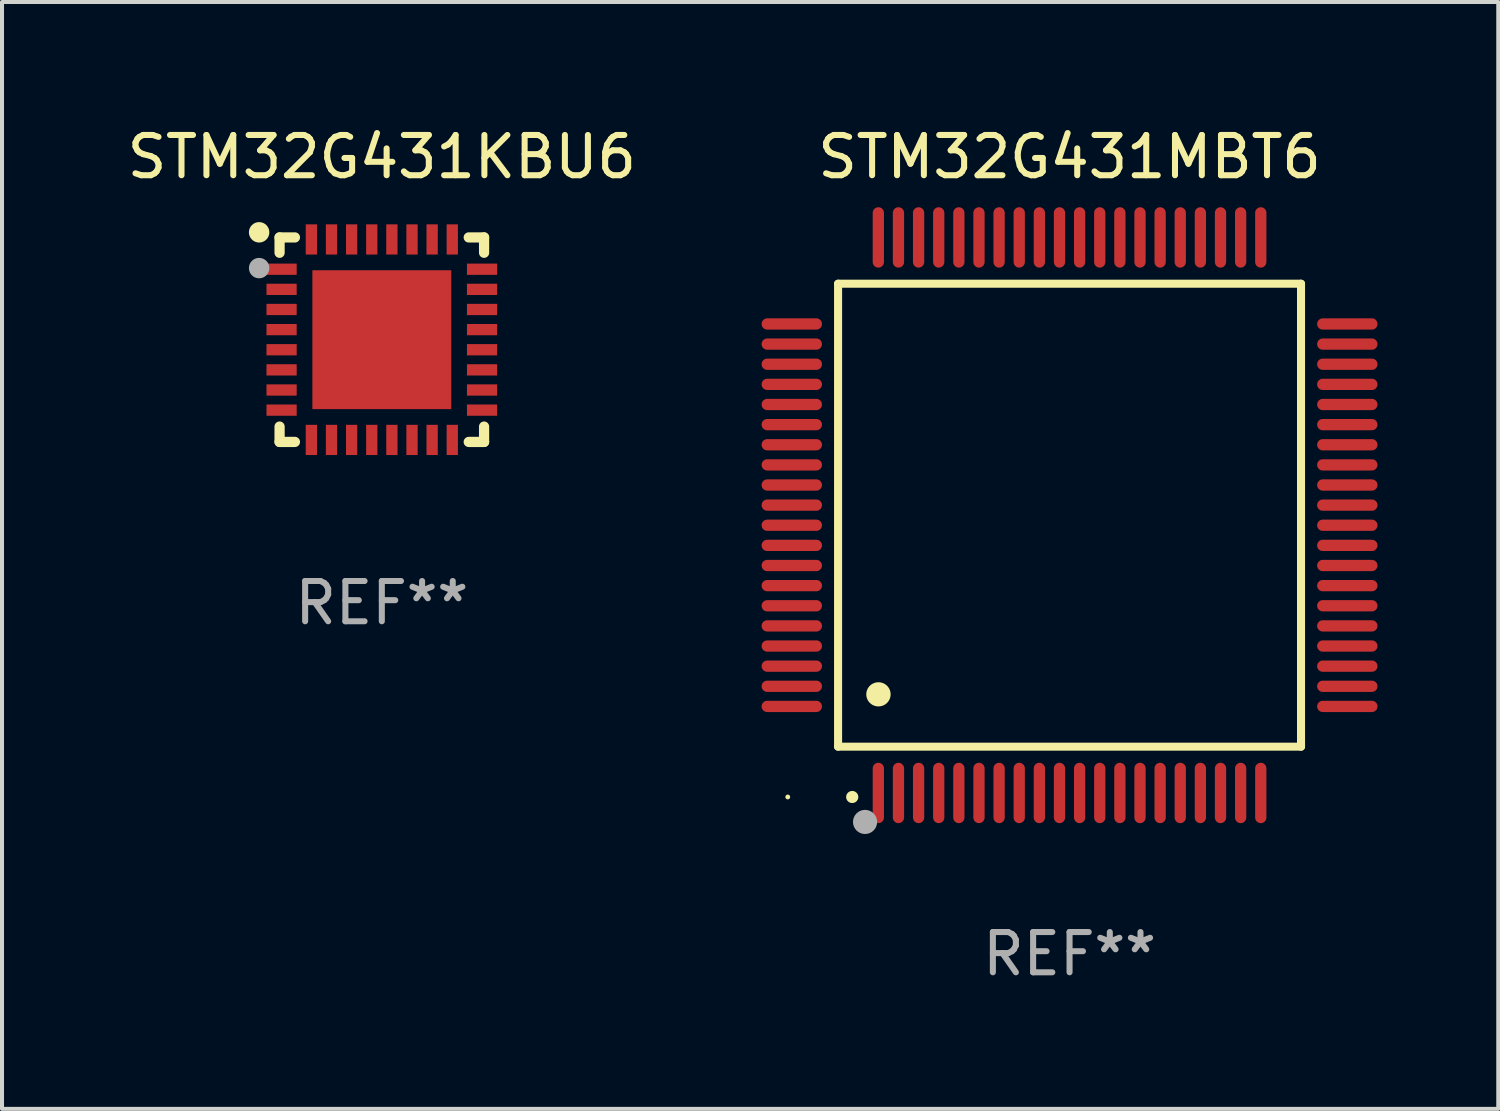
<source format=kicad_pcb>
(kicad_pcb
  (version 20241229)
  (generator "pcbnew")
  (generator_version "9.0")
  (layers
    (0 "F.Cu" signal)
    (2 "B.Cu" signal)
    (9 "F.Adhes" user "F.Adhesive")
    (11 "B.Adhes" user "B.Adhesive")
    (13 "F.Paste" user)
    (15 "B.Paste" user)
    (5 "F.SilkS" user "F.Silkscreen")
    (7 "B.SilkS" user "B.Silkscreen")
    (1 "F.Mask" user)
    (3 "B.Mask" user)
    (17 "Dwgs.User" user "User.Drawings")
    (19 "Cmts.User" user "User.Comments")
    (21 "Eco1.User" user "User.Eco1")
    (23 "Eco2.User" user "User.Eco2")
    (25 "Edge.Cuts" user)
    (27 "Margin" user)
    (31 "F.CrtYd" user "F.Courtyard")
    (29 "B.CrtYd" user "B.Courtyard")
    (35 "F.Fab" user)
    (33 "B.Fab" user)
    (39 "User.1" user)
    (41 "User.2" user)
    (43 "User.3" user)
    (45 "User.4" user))
  (footprint "STM32G431KBU6"
    (layer "F.Cu")
    (at 6.435 5.388)
    (property "Reference" "STM32G431KBU6" (at 0 -4.54 0) (layer "F.SilkS") (effects (font (size 1 1) (thickness 0.15))))
    (attr through_hole)
    (fp_line (start -2.54 -2.54) (end -2.159 -2.54) (stroke (width 0.254) (type solid)) (layer "F.SilkS"))
    (fp_line (start -2.54 -2.159) (end -2.54 -2.54) (stroke (width 0.254) (type solid)) (layer "F.SilkS"))
    (fp_line (start -2.54 2.54) (end -2.54 2.159) (stroke (width 0.254) (type solid)) (layer "F.SilkS"))
    (fp_line (start -2.159 2.54) (end -2.54 2.54) (stroke (width 0.254) (type solid)) (layer "F.SilkS"))
    (fp_line (start 2.159 -2.54) (end 2.54 -2.54) (stroke (width 0.254) (type solid)) (layer "F.SilkS"))
    (fp_line (start 2.54 -2.54) (end 2.54 -2.159) (stroke (width 0.254) (type solid)) (layer "F.SilkS"))
    (fp_line (start 2.54 2.159) (end 2.54 2.54) (stroke (width 0.254) (type solid)) (layer "F.SilkS"))
    (fp_line (start 2.54 2.54) (end 2.159 2.54) (stroke (width 0.254) (type solid)) (layer "F.SilkS"))
    (fp_circle (center -3.048 -2.667) (end -2.921 -2.667) (stroke (width 0.254) (type solid)) (fill no) (layer "F.SilkS"))
    (fp_circle (center -2.5 -2.5) (end -2.47 -2.5) (stroke (width 0.06) (type solid)) (fill no) (layer "F.SilkS"))
    (fp_circle (center -3.048 -1.778) (end -2.921 -1.778) (stroke (width 0.254) (type solid)) (fill no) (layer "F.Fab"))
    (fp_text user "REF**" (at 0 6.54 0) (layer "F.Fab") (effects (font (size 1 1) (thickness 0.15))))
    (pad "1" smd rect (at -2.49 -1.75) (size 0.75 0.28) (layers "F.Cu" "F.Mask" "F.Paste"))
    (pad "2" smd rect (at -2.49 -1.25) (size 0.75 0.28) (layers "F.Cu" "F.Mask" "F.Paste"))
    (pad "3" smd rect (at -2.49 -0.75) (size 0.75 0.28) (layers "F.Cu" "F.Mask" "F.Paste"))
    (pad "4" smd rect (at -2.49 -0.25) (size 0.75 0.28) (layers "F.Cu" "F.Mask" "F.Paste"))
    (pad "5" smd rect (at -2.49 0.25) (size 0.75 0.28) (layers "F.Cu" "F.Mask" "F.Paste"))
    (pad "6" smd rect (at -2.49 0.75) (size 0.75 0.28) (layers "F.Cu" "F.Mask" "F.Paste"))
    (pad "7" smd rect (at -2.49 1.25) (size 0.75 0.28) (layers "F.Cu" "F.Mask" "F.Paste"))
    (pad "8" smd rect (at -2.49 1.75) (size 0.75 0.28) (layers "F.Cu" "F.Mask" "F.Paste"))
    (pad "9" smd rect (at -1.75 2.49) (size 0.28 0.75) (layers "F.Cu" "F.Mask" "F.Paste"))
    (pad "10" smd rect (at -1.25 2.49) (size 0.28 0.75) (layers "F.Cu" "F.Mask" "F.Paste"))
    (pad "11" smd rect (at -0.75 2.49) (size 0.28 0.75) (layers "F.Cu" "F.Mask" "F.Paste"))
    (pad "12" smd rect (at -0.25 2.49) (size 0.28 0.75) (layers "F.Cu" "F.Mask" "F.Paste"))
    (pad "13" smd rect (at 0.25 2.49) (size 0.28 0.75) (layers "F.Cu" "F.Mask" "F.Paste"))
    (pad "14" smd rect (at 0.75 2.49) (size 0.28 0.75) (layers "F.Cu" "F.Mask" "F.Paste"))
    (pad "15" smd rect (at 1.25 2.49) (size 0.28 0.75) (layers "F.Cu" "F.Mask" "F.Paste"))
    (pad "16" smd rect (at 1.75 2.49) (size 0.28 0.75) (layers "F.Cu" "F.Mask" "F.Paste"))
    (pad "17" smd rect (at 2.49 1.75) (size 0.75 0.28) (layers "F.Cu" "F.Mask" "F.Paste"))
    (pad "18" smd rect (at 2.49 1.25) (size 0.75 0.28) (layers "F.Cu" "F.Mask" "F.Paste"))
    (pad "19" smd rect (at 2.49 0.75) (size 0.75 0.28) (layers "F.Cu" "F.Mask" "F.Paste"))
    (pad "20" smd rect (at 2.49 0.25) (size 0.75 0.28) (layers "F.Cu" "F.Mask" "F.Paste"))
    (pad "21" smd rect (at 2.49 -0.25) (size 0.75 0.28) (layers "F.Cu" "F.Mask" "F.Paste"))
    (pad "22" smd rect (at 2.49 -0.75) (size 0.75 0.28) (layers "F.Cu" "F.Mask" "F.Paste"))
    (pad "23" smd rect (at 2.49 -1.25) (size 0.75 0.28) (layers "F.Cu" "F.Mask" "F.Paste"))
    (pad "24" smd rect (at 2.49 -1.75) (size 0.75 0.28) (layers "F.Cu" "F.Mask" "F.Paste"))
    (pad "25" smd rect (at 1.75 -2.49) (size 0.28 0.75) (layers "F.Cu" "F.Mask" "F.Paste"))
    (pad "26" smd rect (at 1.25 -2.49) (size 0.28 0.75) (layers "F.Cu" "F.Mask" "F.Paste"))
    (pad "27" smd rect (at 0.75 -2.49) (size 0.28 0.75) (layers "F.Cu" "F.Mask" "F.Paste"))
    (pad "28" smd rect (at 0.25 -2.49) (size 0.28 0.75) (layers "F.Cu" "F.Mask" "F.Paste"))
    (pad "29" smd rect (at -0.25 -2.49) (size 0.28 0.75) (layers "F.Cu" "F.Mask" "F.Paste"))
    (pad "30" smd rect (at -0.75 -2.49) (size 0.28 0.75) (layers "F.Cu" "F.Mask" "F.Paste"))
    (pad "31" smd rect (at -1.25 -2.49) (size 0.28 0.75) (layers "F.Cu" "F.Mask" "F.Paste"))
    (pad "32" smd rect (at -1.75 -2.49) (size 0.28 0.75) (layers "F.Cu" "F.Mask" "F.Paste"))
    (pad "33" smd rect (at 0 0) (size 3.45 3.45) (layers "F.Cu" "F.Mask" "F.Paste")))
  (footprint "STM32G431MBT6"
    (layer "F.Cu")
    (at 23.519 9.748)
    (property "Reference" "STM32G431MBT6" (at 0 -8.9 0) (layer "F.SilkS") (effects (font (size 1 1) (thickness 0.15))))
    (attr through_hole)
    (fp_line (start -5.75 -5.75) (end 5.75 -5.75) (stroke (width 0.2) (type solid)) (layer "F.SilkS"))
    (fp_line (start -5.75 5.75) (end -5.75 -5.75) (stroke (width 0.2) (type solid)) (layer "F.SilkS"))
    (fp_line (start 5.75 -5.75) (end 5.75 5.75) (stroke (width 0.2) (type solid)) (layer "F.SilkS"))
    (fp_line (start 5.75 5.75) (end -5.75 5.75) (stroke (width 0.2) (type solid)) (layer "F.SilkS"))
    (fp_arc (start -5.400051 7.000254) (mid -5.398781 7.000249) (end -5.397511 7.000254) (stroke (width 0.3) (type solid)) (layer "F.SilkS"))
    (fp_arc (start -4.749809 4.450089) (mid -4.747269 4.450078) (end -4.744729 4.450089) (stroke (width 0.6) (type solid)) (layer "F.SilkS"))
    (fp_circle (center -7 7) (end -6.97 7) (stroke (width 0.06) (type solid)) (fill no) (layer "F.SilkS"))
    (fp_circle (center -5.08 7.62) (end -4.93 7.62) (stroke (width 0.3) (type solid)) (fill no) (layer "F.Fab"))
    (fp_text user "REF**" (at 0 10.9 0) (layer "F.Fab") (effects (font (size 1 1) (thickness 0.15))))
    (pad "1" smd oval (at -4.75 6.9 180) (size 0.28 1.5) (layers "F.Cu" "F.Mask" "F.Paste"))
    (pad "2" smd oval (at -4.25 6.9 180) (size 0.28 1.5) (layers "F.Cu" "F.Mask" "F.Paste"))
    (pad "3" smd oval (at -3.75 6.9 180) (size 0.28 1.5) (layers "F.Cu" "F.Mask" "F.Paste"))
    (pad "4" smd oval (at -3.25 6.9 180) (size 0.28 1.5) (layers "F.Cu" "F.Mask" "F.Paste"))
    (pad "5" smd oval (at -2.75 6.9 180) (size 0.28 1.5) (layers "F.Cu" "F.Mask" "F.Paste"))
    (pad "6" smd oval (at -2.25 6.9 180) (size 0.28 1.5) (layers "F.Cu" "F.Mask" "F.Paste"))
    (pad "7" smd oval (at -1.75 6.9 180) (size 0.28 1.5) (layers "F.Cu" "F.Mask" "F.Paste"))
    (pad "8" smd oval (at -1.25 6.9 180) (size 0.28 1.5) (layers "F.Cu" "F.Mask" "F.Paste"))
    (pad "9" smd oval (at -0.75 6.9 180) (size 0.28 1.5) (layers "F.Cu" "F.Mask" "F.Paste"))
    (pad "10" smd oval (at -0.25 6.9 180) (size 0.28 1.5) (layers "F.Cu" "F.Mask" "F.Paste"))
    (pad "11" smd oval (at 0.25 6.9 180) (size 0.28 1.5) (layers "F.Cu" "F.Mask" "F.Paste"))
    (pad "12" smd oval (at 0.75 6.9 180) (size 0.28 1.5) (layers "F.Cu" "F.Mask" "F.Paste"))
    (pad "13" smd oval (at 1.25 6.9 180) (size 0.28 1.5) (layers "F.Cu" "F.Mask" "F.Paste"))
    (pad "14" smd oval (at 1.75 6.9 180) (size 0.28 1.5) (layers "F.Cu" "F.Mask" "F.Paste"))
    (pad "15" smd oval (at 2.25 6.9 180) (size 0.28 1.5) (layers "F.Cu" "F.Mask" "F.Paste"))
    (pad "16" smd oval (at 2.75 6.9 180) (size 0.28 1.5) (layers "F.Cu" "F.Mask" "F.Paste"))
    (pad "17" smd oval (at 3.25 6.9 180) (size 0.28 1.5) (layers "F.Cu" "F.Mask" "F.Paste"))
    (pad "18" smd oval (at 3.75 6.9 180) (size 0.28 1.5) (layers "F.Cu" "F.Mask" "F.Paste"))
    (pad "19" smd oval (at 4.25 6.9 180) (size 0.28 1.5) (layers "F.Cu" "F.Mask" "F.Paste"))
    (pad "20" smd oval (at 4.75 6.9) (size 0.28 1.5) (layers "F.Cu" "F.Mask" "F.Paste"))
    (pad "21" smd oval (at 6.9 4.75 270) (size 0.28 1.5) (layers "F.Cu" "F.Mask" "F.Paste"))
    (pad "22" smd oval (at 6.9 4.25 90) (size 0.28 1.5) (layers "F.Cu" "F.Mask" "F.Paste"))
    (pad "23" smd oval (at 6.9 3.75 90) (size 0.28 1.5) (layers "F.Cu" "F.Mask" "F.Paste"))
    (pad "24" smd oval (at 6.9 3.25 90) (size 0.28 1.5) (layers "F.Cu" "F.Mask" "F.Paste"))
    (pad "25" smd oval (at 6.9 2.75 90) (size 0.28 1.5) (layers "F.Cu" "F.Mask" "F.Paste"))
    (pad "26" smd oval (at 6.9 2.25 90) (size 0.28 1.5) (layers "F.Cu" "F.Mask" "F.Paste"))
    (pad "27" smd oval (at 6.9 1.75 90) (size 0.28 1.5) (layers "F.Cu" "F.Mask" "F.Paste"))
    (pad "28" smd oval (at 6.9 1.25 90) (size 0.28 1.5) (layers "F.Cu" "F.Mask" "F.Paste"))
    (pad "29" smd oval (at 6.9 0.75 90) (size 0.28 1.5) (layers "F.Cu" "F.Mask" "F.Paste"))
    (pad "30" smd oval (at 6.9 0.25 90) (size 0.28 1.5) (layers "F.Cu" "F.Mask" "F.Paste"))
    (pad "31" smd oval (at 6.9 -0.25 90) (size 0.28 1.5) (layers "F.Cu" "F.Mask" "F.Paste"))
    (pad "32" smd oval (at 6.9 -0.75 90) (size 0.28 1.5) (layers "F.Cu" "F.Mask" "F.Paste"))
    (pad "33" smd oval (at 6.9 -1.25 90) (size 0.28 1.5) (layers "F.Cu" "F.Mask" "F.Paste"))
    (pad "34" smd oval (at 6.9 -1.75 90) (size 0.28 1.5) (layers "F.Cu" "F.Mask" "F.Paste"))
    (pad "35" smd oval (at 6.9 -2.25 90) (size 0.28 1.5) (layers "F.Cu" "F.Mask" "F.Paste"))
    (pad "36" smd oval (at 6.9 -2.75 90) (size 0.28 1.5) (layers "F.Cu" "F.Mask" "F.Paste"))
    (pad "37" smd oval (at 6.9 -3.25 90) (size 0.28 1.5) (layers "F.Cu" "F.Mask" "F.Paste"))
    (pad "38" smd oval (at 6.9 -3.75 90) (size 0.28 1.5) (layers "F.Cu" "F.Mask" "F.Paste"))
    (pad "39" smd oval (at 6.9 -4.25 90) (size 0.28 1.5) (layers "F.Cu" "F.Mask" "F.Paste"))
    (pad "40" smd oval (at 6.9 -4.75 90) (size 0.28 1.5) (layers "F.Cu" "F.Mask" "F.Paste"))
    (pad "41" smd oval (at 4.75 -6.9) (size 0.28 1.5) (layers "F.Cu" "F.Mask" "F.Paste"))
    (pad "42" smd oval (at 4.25 -6.9 180) (size 0.28 1.5) (layers "F.Cu" "F.Mask" "F.Paste"))
    (pad "43" smd oval (at 3.75 -6.9 180) (size 0.28 1.5) (layers "F.Cu" "F.Mask" "F.Paste"))
    (pad "44" smd oval (at 3.25 -6.9 180) (size 0.28 1.5) (layers "F.Cu" "F.Mask" "F.Paste"))
    (pad "45" smd oval (at 2.75 -6.9 180) (size 0.28 1.5) (layers "F.Cu" "F.Mask" "F.Paste"))
    (pad "46" smd oval (at 2.25 -6.9 180) (size 0.28 1.5) (layers "F.Cu" "F.Mask" "F.Paste"))
    (pad "47" smd oval (at 1.75 -6.9 180) (size 0.28 1.5) (layers "F.Cu" "F.Mask" "F.Paste"))
    (pad "48" smd oval (at 1.25 -6.9 180) (size 0.28 1.5) (layers "F.Cu" "F.Mask" "F.Paste"))
    (pad "49" smd oval (at 0.75 -6.9 180) (size 0.28 1.5) (layers "F.Cu" "F.Mask" "F.Paste"))
    (pad "50" smd oval (at 0.25 -6.9 180) (size 0.28 1.5) (layers "F.Cu" "F.Mask" "F.Paste"))
    (pad "51" smd oval (at -0.25 -6.9 180) (size 0.28 1.5) (layers "F.Cu" "F.Mask" "F.Paste"))
    (pad "52" smd oval (at -0.75 -6.9 180) (size 0.28 1.5) (layers "F.Cu" "F.Mask" "F.Paste"))
    (pad "53" smd oval (at -1.25 -6.9 180) (size 0.28 1.5) (layers "F.Cu" "F.Mask" "F.Paste"))
    (pad "54" smd oval (at -1.75 -6.9 180) (size 0.28 1.5) (layers "F.Cu" "F.Mask" "F.Paste"))
    (pad "55" smd oval (at -2.25 -6.9 180) (size 0.28 1.5) (layers "F.Cu" "F.Mask" "F.Paste"))
    (pad "56" smd oval (at -2.75 -6.9 180) (size 0.28 1.5) (layers "F.Cu" "F.Mask" "F.Paste"))
    (pad "57" smd oval (at -3.25 -6.9 180) (size 0.28 1.5) (layers "F.Cu" "F.Mask" "F.Paste"))
    (pad "58" smd oval (at -3.75 -6.9 180) (size 0.28 1.5) (layers "F.Cu" "F.Mask" "F.Paste"))
    (pad "59" smd oval (at -4.25 -6.9 180) (size 0.28 1.5) (layers "F.Cu" "F.Mask" "F.Paste"))
    (pad "60" smd oval (at -4.75 -6.9 180) (size 0.28 1.5) (layers "F.Cu" "F.Mask" "F.Paste"))
    (pad "61" smd oval (at -6.9 -4.75 90) (size 0.28 1.5) (layers "F.Cu" "F.Mask" "F.Paste"))
    (pad "62" smd oval (at -6.9 -4.25 90) (size 0.28 1.5) (layers "F.Cu" "F.Mask" "F.Paste"))
    (pad "63" smd oval (at -6.9 -3.75 90) (size 0.28 1.5) (layers "F.Cu" "F.Mask" "F.Paste"))
    (pad "64" smd oval (at -6.9 -3.25 90) (size 0.28 1.5) (layers "F.Cu" "F.Mask" "F.Paste"))
    (pad "65" smd oval (at -6.9 -2.75 90) (size 0.28 1.5) (layers "F.Cu" "F.Mask" "F.Paste"))
    (pad "66" smd oval (at -6.9 -2.25 90) (size 0.28 1.5) (layers "F.Cu" "F.Mask" "F.Paste"))
    (pad "67" smd oval (at -6.9 -1.75 90) (size 0.28 1.5) (layers "F.Cu" "F.Mask" "F.Paste"))
    (pad "68" smd oval (at -6.9 -1.25 90) (size 0.28 1.5) (layers "F.Cu" "F.Mask" "F.Paste"))
    (pad "69" smd oval (at -6.9 -0.75 90) (size 0.28 1.5) (layers "F.Cu" "F.Mask" "F.Paste"))
    (pad "70" smd oval (at -6.9 -0.25 90) (size 0.28 1.5) (layers "F.Cu" "F.Mask" "F.Paste"))
    (pad "71" smd oval (at -6.9 0.25 90) (size 0.28 1.5) (layers "F.Cu" "F.Mask" "F.Paste"))
    (pad "72" smd oval (at -6.9 0.75 90) (size 0.28 1.5) (layers "F.Cu" "F.Mask" "F.Paste"))
    (pad "73" smd oval (at -6.9 1.25 90) (size 0.28 1.5) (layers "F.Cu" "F.Mask" "F.Paste"))
    (pad "74" smd oval (at -6.9 1.75 90) (size 0.28 1.5) (layers "F.Cu" "F.Mask" "F.Paste"))
    (pad "75" smd oval (at -6.9 2.25 90) (size 0.28 1.5) (layers "F.Cu" "F.Mask" "F.Paste"))
    (pad "76" smd oval (at -6.9 2.75 90) (size 0.28 1.5) (layers "F.Cu" "F.Mask" "F.Paste"))
    (pad "77" smd oval (at -6.9 3.25 90) (size 0.28 1.5) (layers "F.Cu" "F.Mask" "F.Paste"))
    (pad "78" smd oval (at -6.9 3.75 90) (size 0.28 1.5) (layers "F.Cu" "F.Mask" "F.Paste"))
    (pad "79" smd oval (at -6.9 4.25 90) (size 0.28 1.5) (layers "F.Cu" "F.Mask" "F.Paste"))
    (pad "80" smd oval (at -6.9 4.75 270) (size 0.28 1.5) (layers "F.Cu" "F.Mask" "F.Paste")))
  (gr_rect
    (start -3 -3)
    (end 34.169 24.496)
    (stroke (width 0.1) (type default))
    (fill no)
    (layer "Edge.Cuts")))
</source>
